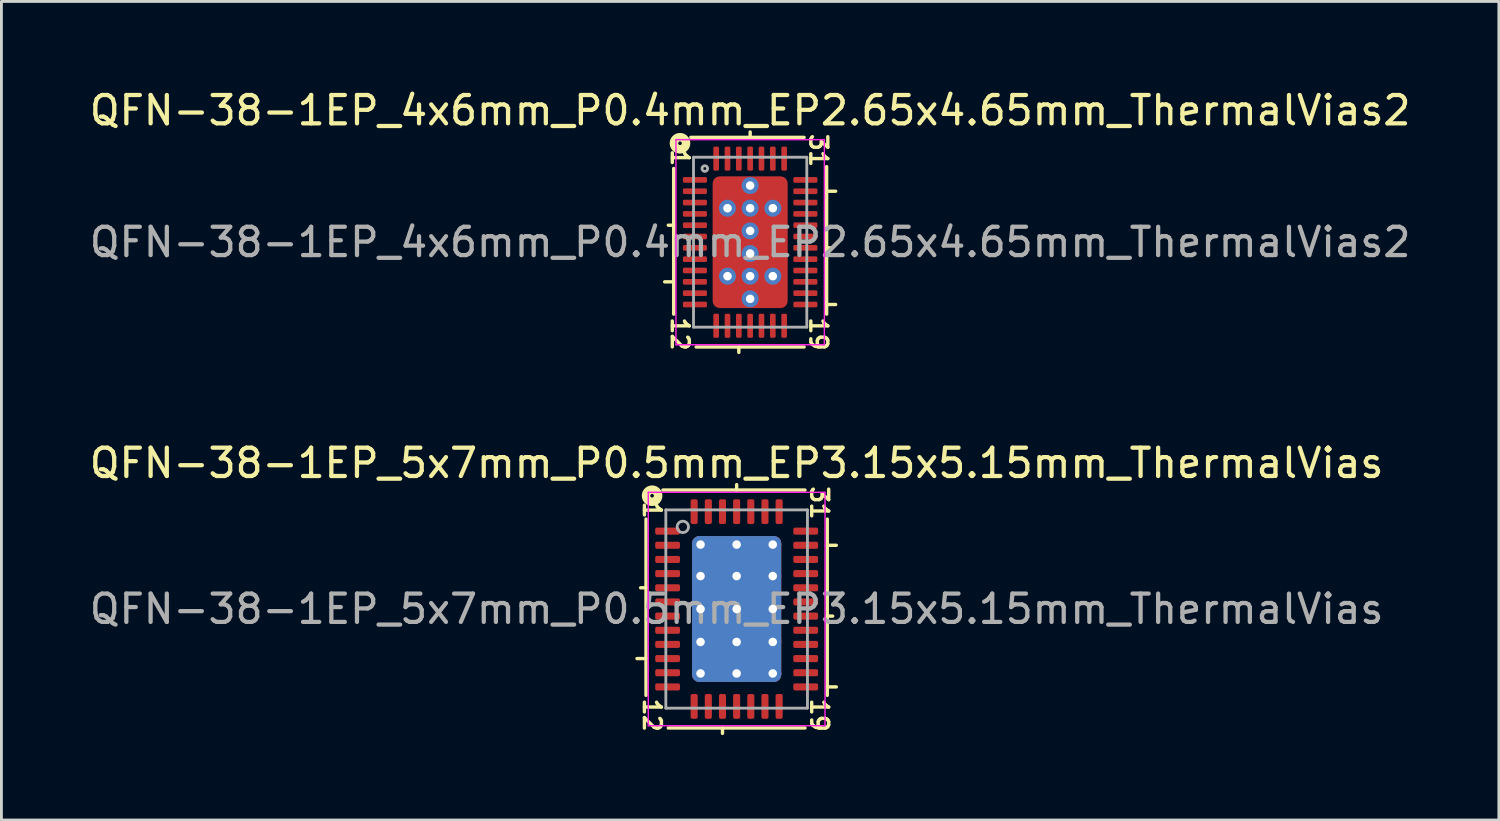
<source format=kicad_pcb>
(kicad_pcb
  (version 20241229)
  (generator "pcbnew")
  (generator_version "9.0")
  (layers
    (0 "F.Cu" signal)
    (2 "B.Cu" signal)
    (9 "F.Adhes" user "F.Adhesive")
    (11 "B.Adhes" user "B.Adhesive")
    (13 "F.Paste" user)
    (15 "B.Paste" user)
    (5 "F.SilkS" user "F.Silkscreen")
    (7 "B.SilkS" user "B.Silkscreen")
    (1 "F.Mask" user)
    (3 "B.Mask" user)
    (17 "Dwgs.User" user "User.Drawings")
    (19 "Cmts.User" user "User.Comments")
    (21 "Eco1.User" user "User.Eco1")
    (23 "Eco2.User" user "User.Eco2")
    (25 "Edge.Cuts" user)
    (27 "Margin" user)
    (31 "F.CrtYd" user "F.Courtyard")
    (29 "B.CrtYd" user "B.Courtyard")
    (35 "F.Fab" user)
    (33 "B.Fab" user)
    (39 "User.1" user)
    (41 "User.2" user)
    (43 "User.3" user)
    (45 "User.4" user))
  (footprint "QFN-38-1EP_4x6mm_P0.4mm_EP2.65x4.65mm_ThermalVias2"
    (layer "F.Cu")
    (at 23.435 5.501)
    (property "Reference" "QFN-38-1EP_4x6mm_P0.4mm_EP2.65x4.65mm_ThermalVias2" (at 0 -4.652 0) (layer "F.SilkS") (effects (font (size 1 1) (thickness 0.15))))
    (attr smd)
    (fp_line (start -3.018 1.4) (end -2.7 1.4) (stroke (width 0.12) (type solid)) (layer "F.SilkS"))
    (fp_line (start -2.7 -2.603) (end -2.7 2.54) (stroke (width 0.12) (type solid)) (layer "F.SilkS"))
    (fp_line (start -2.7 -0.6) (end -2.89 -0.6) (stroke (width 0.12) (type solid)) (layer "F.SilkS"))
    (fp_line (start -1.905 3.7) (end 1.905 3.7) (stroke (width 0.12) (type solid)) (layer "F.SilkS"))
    (fp_line (start -0.4 3.89) (end -0.4 3.7) (stroke (width 0.12) (type solid)) (layer "F.SilkS"))
    (fp_line (start 0 -3.7) (end 0 -3.89) (stroke (width 0.12) (type solid)) (layer "F.SilkS"))
    (fp_line (start 1.905 -3.7) (end -2.095 -3.7) (stroke (width 0.12) (type solid)) (layer "F.SilkS"))
    (fp_line (start 2.7 -1.8) (end 3.018 -1.8) (stroke (width 0.12) (type solid)) (layer "F.SilkS"))
    (fp_line (start 2.7 0.2) (end 2.897 0.2) (stroke (width 0.12) (type solid)) (layer "F.SilkS"))
    (fp_line (start 2.7 2.2) (end 3.018 2.2) (stroke (width 0.12) (type solid)) (layer "F.SilkS"))
    (fp_line (start 2.7 2.54) (end 2.7 -2.667) (stroke (width 0.12) (type solid)) (layer "F.SilkS"))
    (fp_circle (center -2.477 -3.493) (end -2.413 -3.493) (stroke (width 0.3) (type solid)) (fill no) (layer "F.SilkS"))
    (fp_line (start -2.62 -3.62) (end -2.62 3.62) (stroke (width 0.05) (type solid)) (layer "F.CrtYd"))
    (fp_line (start -2.62 3.62) (end 2.62 3.62) (stroke (width 0.05) (type solid)) (layer "F.CrtYd"))
    (fp_line (start 2.62 -3.62) (end -2.62 -3.62) (stroke (width 0.05) (type solid)) (layer "F.CrtYd"))
    (fp_line (start 2.62 3.62) (end 2.62 -3.62) (stroke (width 0.05) (type solid)) (layer "F.CrtYd"))
    (fp_line (start -2 -3) (end 2 -3) (stroke (width 0.1) (type solid)) (layer "F.Fab"))
    (fp_line (start -2 3) (end -2 -3) (stroke (width 0.1) (type solid)) (layer "F.Fab"))
    (fp_line (start 2 -3) (end 2 3) (stroke (width 0.1) (type solid)) (layer "F.Fab"))
    (fp_line (start 2 3) (end -2 3) (stroke (width 0.1) (type solid)) (layer "F.Fab"))
    (fp_circle (center -1.6 -2.6) (end -1.5 -2.6) (stroke (width 0.1) (type solid)) (fill no) (layer "F.Fab"))
    (fp_text user "12" (at -2.477 3.239 270) (unlocked yes) (layer "F.SilkS") (effects (font (size 0.6 0.6) (thickness 0.12))))
    (fp_text user "19" (at 2.413 3.239 270) (unlocked yes) (layer "F.SilkS") (effects (font (size 0.6 0.6) (thickness 0.12))))
    (fp_text user "31" (at 2.413 -3.239 270) (unlocked yes) (layer "F.SilkS") (effects (font (size 0.6 0.6) (thickness 0.12))))
    (fp_text user "1" (at -2.477 -2.985 270) (unlocked yes) (layer "F.SilkS") (effects (font (size 0.6 0.6) (thickness 0.12))))
    (fp_text user "${REFERENCE}" (at 0 0 0) (layer "F.Fab") (effects (font (size 1 1) (thickness 0.15))))
    (pad "" smd roundrect (at -0.75 -1.85) (size 0.7 0.5) (layers "F.Paste") (roundrect_rratio 0.25))
    (pad "" smd roundrect (at -0.75 -1.85) (size 0.9 0.7) (layers "F.Mask") (roundrect_rratio 0.25))
    (pad "" smd roundrect (at -0.75 -0.45) (size 0.7 0.7) (layers "F.Paste") (roundrect_rratio 0.25))
    (pad "" smd roundrect (at -0.75 0) (size 0.9 1.8) (layers "F.Mask") (roundrect_rratio 0.25))
    (pad "" smd roundrect (at -0.75 0.45) (size 0.7 0.7) (layers "F.Paste") (roundrect_rratio 0.25))
    (pad "" smd roundrect (at -0.75 1.85) (size 0.7 0.5) (layers "F.Paste") (roundrect_rratio 0.25))
    (pad "" smd roundrect (at -0.75 1.85) (size 0.9 0.7) (layers "F.Mask") (roundrect_rratio 0.25))
    (pad "" smd roundrect (at 0.75 -1.85) (size 0.7 0.5) (layers "F.Paste") (roundrect_rratio 0.25))
    (pad "" smd roundrect (at 0.75 -1.85) (size 0.9 0.7) (layers "F.Mask") (roundrect_rratio 0.25))
    (pad "" smd roundrect (at 0.75 -0.45) (size 0.7 0.7) (layers "F.Paste") (roundrect_rratio 0.25))
    (pad "" smd roundrect (at 0.75 0) (size 0.9 1.8) (layers "F.Mask") (roundrect_rratio 0.25))
    (pad "" smd roundrect (at 0.75 0.45) (size 0.7 0.7) (layers "F.Paste") (roundrect_rratio 0.25))
    (pad "" smd roundrect (at 0.75 1.85) (size 0.7 0.5) (layers "F.Paste") (roundrect_rratio 0.25))
    (pad "" smd roundrect (at 0.75 1.85) (size 0.9 0.7) (layers "F.Mask") (roundrect_rratio 0.25))
    (pad "1" smd roundrect (at -1.95 -2.2) (size 0.85 0.2) (layers "F.Cu" "F.Mask" "F.Paste") (roundrect_rratio 0.25))
    (pad "2" smd roundrect (at -1.95 -1.8) (size 0.85 0.2) (layers "F.Cu" "F.Mask" "F.Paste") (roundrect_rratio 0.25))
    (pad "3" smd roundrect (at -1.95 -1.4) (size 0.85 0.2) (layers "F.Cu" "F.Mask" "F.Paste") (roundrect_rratio 0.25))
    (pad "4" smd roundrect (at -1.95 -1) (size 0.85 0.2) (layers "F.Cu" "F.Mask" "F.Paste") (roundrect_rratio 0.25))
    (pad "5" smd roundrect (at -1.95 -0.6) (size 0.85 0.2) (layers "F.Cu" "F.Mask" "F.Paste") (roundrect_rratio 0.25))
    (pad "6" smd roundrect (at -1.95 -0.2) (size 0.85 0.2) (layers "F.Cu" "F.Mask" "F.Paste") (roundrect_rratio 0.25))
    (pad "7" smd roundrect (at -1.95 0.2) (size 0.85 0.2) (layers "F.Cu" "F.Mask" "F.Paste") (roundrect_rratio 0.25))
    (pad "8" smd roundrect (at -1.95 0.6) (size 0.85 0.2) (layers "F.Cu" "F.Mask" "F.Paste") (roundrect_rratio 0.25))
    (pad "9" smd roundrect (at -1.95 1) (size 0.85 0.2) (layers "F.Cu" "F.Mask" "F.Paste") (roundrect_rratio 0.25))
    (pad "10" smd roundrect (at -1.95 1.4) (size 0.85 0.2) (layers "F.Cu" "F.Mask" "F.Paste") (roundrect_rratio 0.25))
    (pad "11" smd roundrect (at -1.95 1.8) (size 0.85 0.2) (layers "F.Cu" "F.Mask" "F.Paste") (roundrect_rratio 0.25))
    (pad "12" smd roundrect (at -1.95 2.2) (size 0.85 0.2) (layers "F.Cu" "F.Mask" "F.Paste") (roundrect_rratio 0.25))
    (pad "13" smd roundrect (at -1.2 2.95) (size 0.2 0.85) (layers "F.Cu" "F.Mask" "F.Paste") (roundrect_rratio 0.25))
    (pad "14" smd roundrect (at -0.8 2.95) (size 0.2 0.85) (layers "F.Cu" "F.Mask" "F.Paste") (roundrect_rratio 0.25))
    (pad "15" smd roundrect (at -0.4 2.95) (size 0.2 0.85) (layers "F.Cu" "F.Mask" "F.Paste") (roundrect_rratio 0.25))
    (pad "16" smd roundrect (at 0 2.95) (size 0.2 0.85) (layers "F.Cu" "F.Mask" "F.Paste") (roundrect_rratio 0.25))
    (pad "17" smd roundrect (at 0.4 2.95) (size 0.2 0.85) (layers "F.Cu" "F.Mask" "F.Paste") (roundrect_rratio 0.25))
    (pad "18" smd roundrect (at 0.8 2.95) (size 0.2 0.85) (layers "F.Cu" "F.Mask" "F.Paste") (roundrect_rratio 0.25))
    (pad "19" smd roundrect (at 1.2 2.95) (size 0.2 0.85) (layers "F.Cu" "F.Mask" "F.Paste") (roundrect_rratio 0.25))
    (pad "20" smd roundrect (at 1.95 2.2) (size 0.85 0.2) (layers "F.Cu" "F.Mask" "F.Paste") (roundrect_rratio 0.25))
    (pad "21" smd roundrect (at 1.95 1.8) (size 0.85 0.2) (layers "F.Cu" "F.Mask" "F.Paste") (roundrect_rratio 0.25))
    (pad "22" smd roundrect (at 1.95 1.4) (size 0.85 0.2) (layers "F.Cu" "F.Mask" "F.Paste") (roundrect_rratio 0.25))
    (pad "23" smd roundrect (at 1.95 1) (size 0.85 0.2) (layers "F.Cu" "F.Mask" "F.Paste") (roundrect_rratio 0.25))
    (pad "24" smd roundrect (at 1.95 0.6) (size 0.85 0.2) (layers "F.Cu" "F.Mask" "F.Paste") (roundrect_rratio 0.25))
    (pad "25" smd roundrect (at 1.95 0.2) (size 0.85 0.2) (layers "F.Cu" "F.Mask" "F.Paste") (roundrect_rratio 0.25))
    (pad "26" smd roundrect (at 1.95 -0.2) (size 0.85 0.2) (layers "F.Cu" "F.Mask" "F.Paste") (roundrect_rratio 0.25))
    (pad "27" smd roundrect (at 1.95 -0.6) (size 0.85 0.2) (layers "F.Cu" "F.Mask" "F.Paste") (roundrect_rratio 0.25))
    (pad "28" smd roundrect (at 1.95 -1) (size 0.85 0.2) (layers "F.Cu" "F.Mask" "F.Paste") (roundrect_rratio 0.25))
    (pad "29" smd roundrect (at 1.95 -1.4) (size 0.85 0.2) (layers "F.Cu" "F.Mask" "F.Paste") (roundrect_rratio 0.25))
    (pad "30" smd roundrect (at 1.95 -1.8) (size 0.85 0.2) (layers "F.Cu" "F.Mask" "F.Paste") (roundrect_rratio 0.25))
    (pad "31" smd roundrect (at 1.95 -2.2) (size 0.85 0.2) (layers "F.Cu" "F.Mask" "F.Paste") (roundrect_rratio 0.25))
    (pad "32" smd roundrect (at 1.2 -2.95) (size 0.2 0.85) (layers "F.Cu" "F.Mask" "F.Paste") (roundrect_rratio 0.25))
    (pad "33" smd roundrect (at 0.8 -2.95) (size 0.2 0.85) (layers "F.Cu" "F.Mask" "F.Paste") (roundrect_rratio 0.25))
    (pad "34" smd roundrect (at 0.4 -2.95) (size 0.2 0.85) (layers "F.Cu" "F.Mask" "F.Paste") (roundrect_rratio 0.25))
    (pad "35" smd roundrect (at 0 -2.95) (size 0.2 0.85) (layers "F.Cu" "F.Mask" "F.Paste") (roundrect_rratio 0.25))
    (pad "36" smd roundrect (at -0.4 -2.95) (size 0.2 0.85) (layers "F.Cu" "F.Mask" "F.Paste") (roundrect_rratio 0.25))
    (pad "37" smd roundrect (at -0.8 -2.95) (size 0.2 0.85) (layers "F.Cu" "F.Mask" "F.Paste") (roundrect_rratio 0.25))
    (pad "38" smd roundrect (at -1.2 -2.95) (size 0.2 0.85) (layers "F.Cu" "F.Mask" "F.Paste") (roundrect_rratio 0.25))
    (pad "39" thru_hole circle (at -0.8 -1.2) (size 0.6 0.6) (drill 0.3) (property pad_prop_heatsink) (layers "*.Cu" "*.Mask"))
    (pad "39" thru_hole circle (at -0.8 1.2) (size 0.6 0.6) (drill 0.3) (property pad_prop_heatsink) (layers "*.Cu" "*.Mask"))
    (pad "39" thru_hole circle (at 0 -2) (size 0.6 0.6) (drill 0.3) (property pad_prop_heatsink) (layers "*.Cu" "*.Mask"))
    (pad "39" thru_hole circle (at 0 -1.2) (size 0.6 0.6) (drill 0.3) (property pad_prop_heatsink) (layers "*.Cu" "*.Mask"))
    (pad "39" thru_hole circle (at 0 -0.4) (size 0.6 0.6) (drill 0.3) (property pad_prop_heatsink) (layers "*.Cu" "*.Mask"))
    (pad "39" smd roundrect (at 0 0) (size 2.65 4.65) (layers "F.Cu") (roundrect_rratio 0.094))
    (pad "39" thru_hole circle (at 0 0.4) (size 0.6 0.6) (drill 0.3) (property pad_prop_heatsink) (layers "*.Cu" "*.Mask"))
    (pad "39" thru_hole circle (at 0 1.2) (size 0.6 0.6) (drill 0.3) (property pad_prop_heatsink) (layers "*.Cu" "*.Mask"))
    (pad "39" thru_hole circle (at 0 2) (size 0.6 0.6) (drill 0.3) (property pad_prop_heatsink) (layers "*.Cu" "*.Mask"))
    (pad "39" thru_hole circle (at 0.8 -1.2) (size 0.6 0.6) (drill 0.3) (property pad_prop_heatsink) (layers "*.Cu" "*.Mask"))
    (pad "39" thru_hole circle (at 0.8 1.2) (size 0.6 0.6) (drill 0.3) (property pad_prop_heatsink) (layers "*.Cu" "*.Mask")))
  (footprint "QFN-38-1EP_5x7mm_P0.5mm_EP3.15x5.15mm_ThermalVias"
    (layer "F.Cu")
    (at 22.958 18.452)
    (property "Reference" "QFN-38-1EP_5x7mm_P0.5mm_EP3.15x5.15mm_ThermalVias" (at 0 -5.152 0) (layer "F.SilkS") (effects (font (size 1 1) (thickness 0.15))))
    (attr smd)
    (fp_line (start -3.2 -3.175) (end -3.2 3.048) (stroke (width 0.12) (type solid)) (layer "F.SilkS"))
    (fp_line (start -3.2 -0.75) (end -3.39 -0.75) (stroke (width 0.12) (type solid)) (layer "F.SilkS"))
    (fp_line (start -3.2 1.75) (end -3.518 1.75) (stroke (width 0.12) (type solid)) (layer "F.SilkS"))
    (fp_line (start -2.413 4.2) (end 2.413 4.2) (stroke (width 0.12) (type solid)) (layer "F.SilkS"))
    (fp_line (start -0.5 4.2) (end -0.5 4.391) (stroke (width 0.12) (type solid)) (layer "F.SilkS"))
    (fp_line (start 0 -4.2) (end 0 -4.391) (stroke (width 0.12) (type solid)) (layer "F.SilkS"))
    (fp_line (start 2.413 -4.2) (end -2.603 -4.2) (stroke (width 0.12) (type solid)) (layer "F.SilkS"))
    (fp_line (start 3.2 -2.25) (end 3.518 -2.25) (stroke (width 0.12) (type solid)) (layer "F.SilkS"))
    (fp_line (start 3.2 0.25) (end 3.39 0.25) (stroke (width 0.12) (type solid)) (layer "F.SilkS"))
    (fp_line (start 3.2 2.75) (end 3.518 2.75) (stroke (width 0.12) (type solid)) (layer "F.SilkS"))
    (fp_line (start 3.2 3.048) (end 3.2 -3.175) (stroke (width 0.12) (type solid)) (layer "F.SilkS"))
    (fp_circle (center -2.985 -4) (end -2.921 -4) (stroke (width 0.3) (type solid)) (fill no) (layer "F.SilkS"))
    (fp_line (start -3.12 -4.12) (end -3.12 4.12) (stroke (width 0.05) (type solid)) (layer "F.CrtYd"))
    (fp_line (start -3.12 4.12) (end 3.12 4.12) (stroke (width 0.05) (type solid)) (layer "F.CrtYd"))
    (fp_line (start 3.12 -4.12) (end -3.12 -4.12) (stroke (width 0.05) (type solid)) (layer "F.CrtYd"))
    (fp_line (start 3.12 4.12) (end 3.12 -4.12) (stroke (width 0.05) (type solid)) (layer "F.CrtYd"))
    (fp_line (start -2.5 -3.5) (end 2.5 -3.5) (stroke (width 0.1) (type solid)) (layer "F.Fab"))
    (fp_line (start -2.5 3.5) (end -2.5 -3.5) (stroke (width 0.1) (type solid)) (layer "F.Fab"))
    (fp_line (start 2.5 -3.5) (end 2.5 3.5) (stroke (width 0.1) (type solid)) (layer "F.Fab"))
    (fp_line (start 2.5 3.5) (end -2.5 3.5) (stroke (width 0.1) (type solid)) (layer "F.Fab"))
    (fp_circle (center -1.9 -2.9) (end -1.7 -2.9) (stroke (width 0.1) (type solid)) (fill no) (layer "F.Fab"))
    (fp_text user "19" (at 2.921 3.747 270) (unlocked yes) (layer "F.SilkS") (effects (font (size 0.6 0.6) (thickness 0.12))))
    (fp_text user "31" (at 2.921 -3.747 270) (unlocked yes) (layer "F.SilkS") (effects (font (size 0.6 0.6) (thickness 0.12))))
    (fp_text user "12" (at -2.985 3.747 270) (unlocked yes) (layer "F.SilkS") (effects (font (size 0.6 0.6) (thickness 0.12))))
    (fp_text user "1" (at -2.985 -3.493 270) (unlocked yes) (layer "F.SilkS") (effects (font (size 0.6 0.6) (thickness 0.12))))
    (fp_text user "${REFERENCE}" (at 0 0 0) (layer "F.Fab") (effects (font (size 1 1) (thickness 0.15))))
    (pad "" smd roundrect (at -0.79 -1.935) (size 1.36 1.12) (layers "F.Paste") (roundrect_rratio 0.223))
    (pad "" smd roundrect (at -0.79 -0.645) (size 1.36 1.12) (layers "F.Paste") (roundrect_rratio 0.223))
    (pad "" smd roundrect (at -0.79 0.645) (size 1.36 1.12) (layers "F.Paste") (roundrect_rratio 0.223))
    (pad "" smd roundrect (at -0.79 1.935) (size 1.36 1.12) (layers "F.Paste") (roundrect_rratio 0.223))
    (pad "" smd roundrect (at 0.79 -1.935) (size 1.36 1.12) (layers "F.Paste") (roundrect_rratio 0.223))
    (pad "" smd roundrect (at 0.79 -0.645) (size 1.36 1.12) (layers "F.Paste") (roundrect_rratio 0.223))
    (pad "" smd roundrect (at 0.79 0.645) (size 1.36 1.12) (layers "F.Paste") (roundrect_rratio 0.223))
    (pad "" smd roundrect (at 0.79 1.935) (size 1.36 1.12) (layers "F.Paste") (roundrect_rratio 0.223))
    (pad "1" smd roundrect (at -2.438 -2.75) (size 0.875 0.25) (layers "F.Cu" "F.Mask" "F.Paste") (roundrect_rratio 0.25))
    (pad "2" smd roundrect (at -2.438 -2.25) (size 0.875 0.25) (layers "F.Cu" "F.Mask" "F.Paste") (roundrect_rratio 0.25))
    (pad "3" smd roundrect (at -2.438 -1.75) (size 0.875 0.25) (layers "F.Cu" "F.Mask" "F.Paste") (roundrect_rratio 0.25))
    (pad "4" smd roundrect (at -2.438 -1.25) (size 0.875 0.25) (layers "F.Cu" "F.Mask" "F.Paste") (roundrect_rratio 0.25))
    (pad "5" smd roundrect (at -2.438 -0.75) (size 0.875 0.25) (layers "F.Cu" "F.Mask" "F.Paste") (roundrect_rratio 0.25))
    (pad "6" smd roundrect (at -2.438 -0.25) (size 0.875 0.25) (layers "F.Cu" "F.Mask" "F.Paste") (roundrect_rratio 0.25))
    (pad "7" smd roundrect (at -2.438 0.25) (size 0.875 0.25) (layers "F.Cu" "F.Mask" "F.Paste") (roundrect_rratio 0.25))
    (pad "8" smd roundrect (at -2.438 0.75) (size 0.875 0.25) (layers "F.Cu" "F.Mask" "F.Paste") (roundrect_rratio 0.25))
    (pad "9" smd roundrect (at -2.438 1.25) (size 0.875 0.25) (layers "F.Cu" "F.Mask" "F.Paste") (roundrect_rratio 0.25))
    (pad "10" smd roundrect (at -2.438 1.75) (size 0.875 0.25) (layers "F.Cu" "F.Mask" "F.Paste") (roundrect_rratio 0.25))
    (pad "11" smd roundrect (at -2.438 2.25) (size 0.875 0.25) (layers "F.Cu" "F.Mask" "F.Paste") (roundrect_rratio 0.25))
    (pad "12" smd roundrect (at -2.438 2.75) (size 0.875 0.25) (layers "F.Cu" "F.Mask" "F.Paste") (roundrect_rratio 0.25))
    (pad "13" smd roundrect (at -1.5 3.438) (size 0.25 0.875) (layers "F.Cu" "F.Mask" "F.Paste") (roundrect_rratio 0.25))
    (pad "14" smd roundrect (at -1 3.438) (size 0.25 0.875) (layers "F.Cu" "F.Mask" "F.Paste") (roundrect_rratio 0.25))
    (pad "15" smd roundrect (at -0.5 3.438) (size 0.25 0.875) (layers "F.Cu" "F.Mask" "F.Paste") (roundrect_rratio 0.25))
    (pad "16" smd roundrect (at 0 3.438) (size 0.25 0.875) (layers "F.Cu" "F.Mask" "F.Paste") (roundrect_rratio 0.25))
    (pad "17" smd roundrect (at 0.5 3.438) (size 0.25 0.875) (layers "F.Cu" "F.Mask" "F.Paste") (roundrect_rratio 0.25))
    (pad "18" smd roundrect (at 1 3.438) (size 0.25 0.875) (layers "F.Cu" "F.Mask" "F.Paste") (roundrect_rratio 0.25))
    (pad "19" smd roundrect (at 1.5 3.438) (size 0.25 0.875) (layers "F.Cu" "F.Mask" "F.Paste") (roundrect_rratio 0.25))
    (pad "20" smd roundrect (at 2.438 2.75) (size 0.875 0.25) (layers "F.Cu" "F.Mask" "F.Paste") (roundrect_rratio 0.25))
    (pad "21" smd roundrect (at 2.438 2.25) (size 0.875 0.25) (layers "F.Cu" "F.Mask" "F.Paste") (roundrect_rratio 0.25))
    (pad "22" smd roundrect (at 2.438 1.75) (size 0.875 0.25) (layers "F.Cu" "F.Mask" "F.Paste") (roundrect_rratio 0.25))
    (pad "23" smd roundrect (at 2.438 1.25) (size 0.875 0.25) (layers "F.Cu" "F.Mask" "F.Paste") (roundrect_rratio 0.25))
    (pad "24" smd roundrect (at 2.438 0.75) (size 0.875 0.25) (layers "F.Cu" "F.Mask" "F.Paste") (roundrect_rratio 0.25))
    (pad "25" smd roundrect (at 2.438 0.25) (size 0.875 0.25) (layers "F.Cu" "F.Mask" "F.Paste") (roundrect_rratio 0.25))
    (pad "26" smd roundrect (at 2.438 -0.25) (size 0.875 0.25) (layers "F.Cu" "F.Mask" "F.Paste") (roundrect_rratio 0.25))
    (pad "27" smd roundrect (at 2.438 -0.75) (size 0.875 0.25) (layers "F.Cu" "F.Mask" "F.Paste") (roundrect_rratio 0.25))
    (pad "28" smd roundrect (at 2.438 -1.25) (size 0.875 0.25) (layers "F.Cu" "F.Mask" "F.Paste") (roundrect_rratio 0.25))
    (pad "29" smd roundrect (at 2.438 -1.75) (size 0.875 0.25) (layers "F.Cu" "F.Mask" "F.Paste") (roundrect_rratio 0.25))
    (pad "30" smd roundrect (at 2.438 -2.25) (size 0.875 0.25) (layers "F.Cu" "F.Mask" "F.Paste") (roundrect_rratio 0.25))
    (pad "31" smd roundrect (at 2.438 -2.75) (size 0.875 0.25) (layers "F.Cu" "F.Mask" "F.Paste") (roundrect_rratio 0.25))
    (pad "32" smd roundrect (at 1.5 -3.438) (size 0.25 0.875) (layers "F.Cu" "F.Mask" "F.Paste") (roundrect_rratio 0.25))
    (pad "33" smd roundrect (at 1 -3.438) (size 0.25 0.875) (layers "F.Cu" "F.Mask" "F.Paste") (roundrect_rratio 0.25))
    (pad "34" smd roundrect (at 0.5 -3.438) (size 0.25 0.875) (layers "F.Cu" "F.Mask" "F.Paste") (roundrect_rratio 0.25))
    (pad "35" smd roundrect (at 0 -3.438) (size 0.25 0.875) (layers "F.Cu" "F.Mask" "F.Paste") (roundrect_rratio 0.25))
    (pad "36" smd roundrect (at -0.5 -3.438) (size 0.25 0.875) (layers "F.Cu" "F.Mask" "F.Paste") (roundrect_rratio 0.25))
    (pad "37" smd roundrect (at -1 -3.438) (size 0.25 0.875) (layers "F.Cu" "F.Mask" "F.Paste") (roundrect_rratio 0.25))
    (pad "38" smd roundrect (at -1.5 -3.438) (size 0.25 0.875) (layers "F.Cu" "F.Mask" "F.Paste") (roundrect_rratio 0.25))
    (pad "39" thru_hole circle (at -1.275 -2.275) (size 0.6 0.6) (drill 0.3) (property pad_prop_heatsink) (layers "*.Cu"))
    (pad "39" thru_hole circle (at -1.275 -1.163) (size 0.6 0.6) (drill 0.3) (property pad_prop_heatsink) (layers "*.Cu"))
    (pad "39" thru_hole circle (at -1.275 0) (size 0.6 0.6) (drill 0.3) (property pad_prop_heatsink) (layers "*.Cu"))
    (pad "39" thru_hole circle (at -1.275 1.163) (size 0.6 0.6) (drill 0.3) (property pad_prop_heatsink) (layers "*.Cu"))
    (pad "39" thru_hole circle (at -1.275 2.275) (size 0.6 0.6) (drill 0.3) (property pad_prop_heatsink) (layers "*.Cu"))
    (pad "39" thru_hole circle (at 0 -2.275) (size 0.6 0.6) (drill 0.3) (property pad_prop_heatsink) (layers "*.Cu"))
    (pad "39" thru_hole circle (at 0 -1.163) (size 0.6 0.6) (drill 0.3) (property pad_prop_heatsink) (layers "*.Cu"))
    (pad "39" thru_hole circle (at 0 0) (size 0.6 0.6) (drill 0.3) (property pad_prop_heatsink) (layers "*.Cu"))
    (pad "39" smd roundrect (at 0 0) (size 3.15 5.15) (layers "F.Cu" "F.Mask") (roundrect_rratio 0.079))
    (pad "39" smd roundrect (at 0 0) (size 3.15 5.15) (layers "B.Cu" "B.Mask") (roundrect_rratio 0.079))
    (pad "39" thru_hole circle (at 0 1.163) (size 0.6 0.6) (drill 0.3) (property pad_prop_heatsink) (layers "*.Cu"))
    (pad "39" thru_hole circle (at 0 2.275) (size 0.6 0.6) (drill 0.3) (property pad_prop_heatsink) (layers "*.Cu"))
    (pad "39" thru_hole circle (at 1.275 -2.275) (size 0.6 0.6) (drill 0.3) (property pad_prop_heatsink) (layers "*.Cu"))
    (pad "39" thru_hole circle (at 1.275 -1.163) (size 0.6 0.6) (drill 0.3) (property pad_prop_heatsink) (layers "*.Cu"))
    (pad "39" thru_hole circle (at 1.275 0) (size 0.6 0.6) (drill 0.3) (property pad_prop_heatsink) (layers "*.Cu"))
    (pad "39" thru_hole circle (at 1.275 1.163) (size 0.6 0.6) (drill 0.3) (property pad_prop_heatsink) (layers "*.Cu"))
    (pad "39" thru_hole circle (at 1.275 2.275) (size 0.6 0.6) (drill 0.3) (property pad_prop_heatsink) (layers "*.Cu")))
  (gr_rect
    (start -3 -3)
    (end 49.869 25.902)
    (stroke (width 0.1) (type default))
    (fill no)
    (layer "Edge.Cuts")))
</source>
